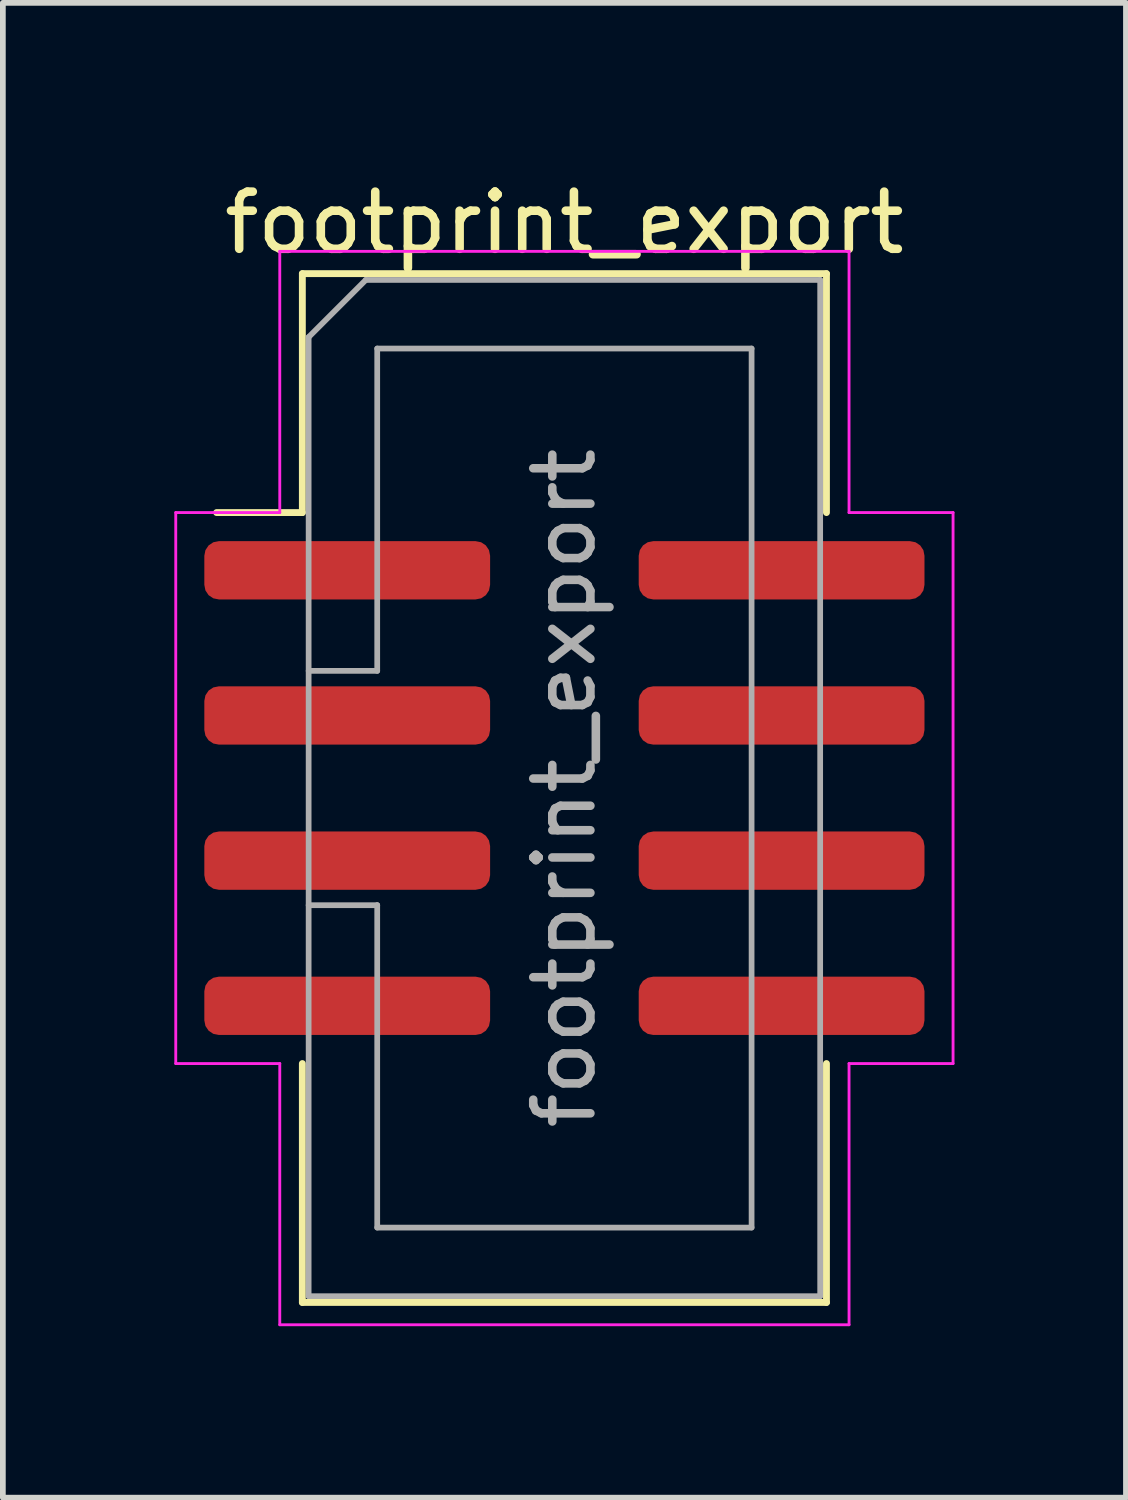
<source format=kicad_pcb>
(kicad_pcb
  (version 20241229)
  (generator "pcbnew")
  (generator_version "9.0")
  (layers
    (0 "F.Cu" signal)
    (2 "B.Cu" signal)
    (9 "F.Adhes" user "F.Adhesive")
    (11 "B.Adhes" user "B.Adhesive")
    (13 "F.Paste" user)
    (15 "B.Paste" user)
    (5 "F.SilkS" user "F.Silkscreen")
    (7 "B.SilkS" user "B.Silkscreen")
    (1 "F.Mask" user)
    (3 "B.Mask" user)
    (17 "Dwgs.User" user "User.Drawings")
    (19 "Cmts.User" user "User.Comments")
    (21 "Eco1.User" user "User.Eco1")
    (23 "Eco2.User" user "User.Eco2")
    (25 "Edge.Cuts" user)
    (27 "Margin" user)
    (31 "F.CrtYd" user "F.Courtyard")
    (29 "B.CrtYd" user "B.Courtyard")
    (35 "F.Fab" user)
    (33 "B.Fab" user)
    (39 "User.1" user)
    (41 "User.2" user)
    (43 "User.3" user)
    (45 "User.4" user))
  (footprint "footprint_export"
    (layer "F.Cu")
    (at 6.825 10.738)
    (property "Reference" "footprint_export" (at 0 -9.89 0) (layer "F.SilkS") (effects (font (size 1 1) (thickness 0.15))))
    (attr smd)
    (fp_line (start -4.585 -9) (end 4.585 -9) (stroke (width 0.12) (type solid)) (layer "F.SilkS"))
    (fp_line (start -4.585 -4.82) (end -6.085 -4.82) (stroke (width 0.12) (type solid)) (layer "F.SilkS"))
    (fp_line (start -4.585 -4.82) (end -4.585 -9) (stroke (width 0.12) (type solid)) (layer "F.SilkS"))
    (fp_line (start -4.585 4.82) (end -4.585 9) (stroke (width 0.12) (type solid)) (layer "F.SilkS"))
    (fp_line (start -4.585 9) (end 4.585 9) (stroke (width 0.12) (type solid)) (layer "F.SilkS"))
    (fp_line (start 4.585 -9) (end 4.585 -4.82) (stroke (width 0.12) (type solid)) (layer "F.SilkS"))
    (fp_line (start 4.585 9) (end 4.585 4.82) (stroke (width 0.12) (type solid)) (layer "F.SilkS"))
    (fp_line (start -6.8 -4.82) (end -6.8 4.82) (stroke (width 0.05) (type solid)) (layer "F.CrtYd"))
    (fp_line (start -6.8 4.82) (end -4.98 4.82) (stroke (width 0.05) (type solid)) (layer "F.CrtYd"))
    (fp_line (start -4.98 -9.39) (end -4.98 -4.82) (stroke (width 0.05) (type solid)) (layer "F.CrtYd"))
    (fp_line (start -4.98 -4.82) (end -6.8 -4.82) (stroke (width 0.05) (type solid)) (layer "F.CrtYd"))
    (fp_line (start -4.98 4.82) (end -4.98 9.39) (stroke (width 0.05) (type solid)) (layer "F.CrtYd"))
    (fp_line (start -4.98 9.39) (end 4.98 9.39) (stroke (width 0.05) (type solid)) (layer "F.CrtYd"))
    (fp_line (start 4.98 -9.39) (end -4.98 -9.39) (stroke (width 0.05) (type solid)) (layer "F.CrtYd"))
    (fp_line (start 4.98 -4.82) (end 4.98 -9.39) (stroke (width 0.05) (type solid)) (layer "F.CrtYd"))
    (fp_line (start 4.98 4.82) (end 6.8 4.82) (stroke (width 0.05) (type solid)) (layer "F.CrtYd"))
    (fp_line (start 4.98 9.39) (end 4.98 4.82) (stroke (width 0.05) (type solid)) (layer "F.CrtYd"))
    (fp_line (start 6.8 -4.82) (end 4.98 -4.82) (stroke (width 0.05) (type solid)) (layer "F.CrtYd"))
    (fp_line (start 6.8 4.82) (end 6.8 -4.82) (stroke (width 0.05) (type solid)) (layer "F.CrtYd"))
    (fp_line (start -4.475 -7.89) (end -3.475 -8.89) (stroke (width 0.1) (type solid)) (layer "F.Fab"))
    (fp_line (start -4.475 -2.05) (end -3.275 -2.05) (stroke (width 0.1) (type solid)) (layer "F.Fab"))
    (fp_line (start -4.475 8.89) (end -4.475 -7.89) (stroke (width 0.1) (type solid)) (layer "F.Fab"))
    (fp_line (start -3.475 -8.89) (end 4.475 -8.89) (stroke (width 0.1) (type solid)) (layer "F.Fab"))
    (fp_line (start -3.275 -7.69) (end 3.275 -7.69) (stroke (width 0.1) (type solid)) (layer "F.Fab"))
    (fp_line (start -3.275 -2.05) (end -3.275 -7.69) (stroke (width 0.1) (type solid)) (layer "F.Fab"))
    (fp_line (start -3.275 2.05) (end -4.475 2.05) (stroke (width 0.1) (type solid)) (layer "F.Fab"))
    (fp_line (start -3.275 2.05) (end -3.275 2.05) (stroke (width 0.1) (type solid)) (layer "F.Fab"))
    (fp_line (start -3.275 7.69) (end -3.275 2.05) (stroke (width 0.1) (type solid)) (layer "F.Fab"))
    (fp_line (start 3.275 -7.69) (end 3.275 7.69) (stroke (width 0.1) (type solid)) (layer "F.Fab"))
    (fp_line (start 3.275 7.69) (end -3.275 7.69) (stroke (width 0.1) (type solid)) (layer "F.Fab"))
    (fp_line (start 4.475 -8.89) (end 4.475 8.89) (stroke (width 0.1) (type solid)) (layer "F.Fab"))
    (fp_line (start 4.475 8.89) (end -4.475 8.89) (stroke (width 0.1) (type solid)) (layer "F.Fab"))
    (fp_text user "${REFERENCE}" (at 0 0 90) (layer "F.Fab") (effects (font (size 1 1) (thickness 0.15))))
    (pad "1" smd roundrect (at -3.8 -3.81) (size 5 1.02) (layers "F.Cu" "F.Mask" "F.Paste") (roundrect_rratio 0.25))
    (pad "2" smd roundrect (at 3.8 -3.81) (size 5 1.02) (layers "F.Cu" "F.Mask" "F.Paste") (roundrect_rratio 0.25))
    (pad "3" smd roundrect (at -3.8 -1.27) (size 5 1.02) (layers "F.Cu" "F.Mask" "F.Paste") (roundrect_rratio 0.25))
    (pad "4" smd roundrect (at 3.8 -1.27) (size 5 1.02) (layers "F.Cu" "F.Mask" "F.Paste") (roundrect_rratio 0.25))
    (pad "5" smd roundrect (at -3.8 1.27) (size 5 1.02) (layers "F.Cu" "F.Mask" "F.Paste") (roundrect_rratio 0.25))
    (pad "6" smd roundrect (at 3.8 1.27) (size 5 1.02) (layers "F.Cu" "F.Mask" "F.Paste") (roundrect_rratio 0.25))
    (pad "7" smd roundrect (at -3.8 3.81) (size 5 1.02) (layers "F.Cu" "F.Mask" "F.Paste") (roundrect_rratio 0.25))
    (pad "8" smd roundrect (at 3.8 3.81) (size 5 1.02) (layers "F.Cu" "F.Mask" "F.Paste") (roundrect_rratio 0.25)))
  (gr_rect
    (start -3 -3)
    (end 16.65 23.153)
    (stroke (width 0.1) (type default))
    (fill no)
    (layer "Edge.Cuts")))
</source>
